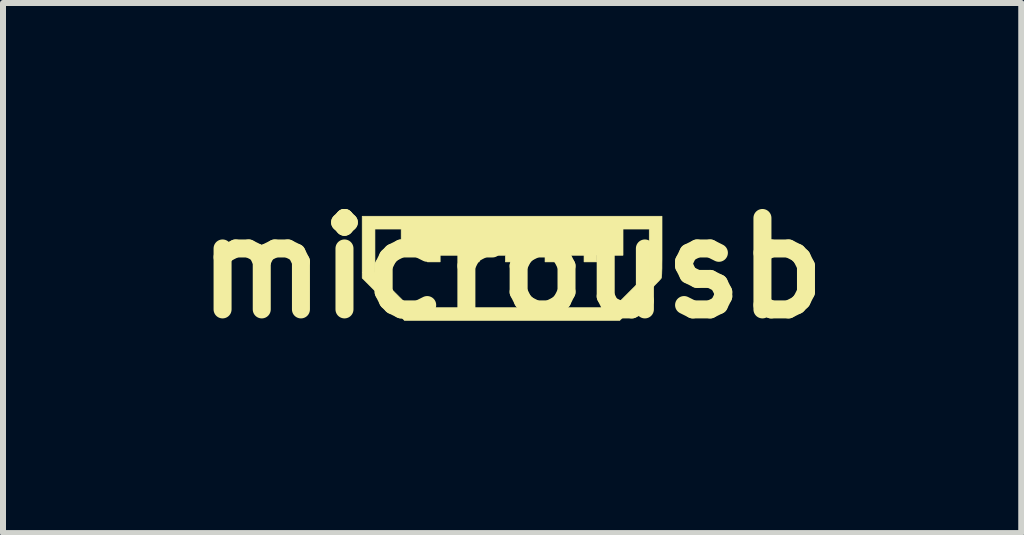
<source format=kicad_pcb>
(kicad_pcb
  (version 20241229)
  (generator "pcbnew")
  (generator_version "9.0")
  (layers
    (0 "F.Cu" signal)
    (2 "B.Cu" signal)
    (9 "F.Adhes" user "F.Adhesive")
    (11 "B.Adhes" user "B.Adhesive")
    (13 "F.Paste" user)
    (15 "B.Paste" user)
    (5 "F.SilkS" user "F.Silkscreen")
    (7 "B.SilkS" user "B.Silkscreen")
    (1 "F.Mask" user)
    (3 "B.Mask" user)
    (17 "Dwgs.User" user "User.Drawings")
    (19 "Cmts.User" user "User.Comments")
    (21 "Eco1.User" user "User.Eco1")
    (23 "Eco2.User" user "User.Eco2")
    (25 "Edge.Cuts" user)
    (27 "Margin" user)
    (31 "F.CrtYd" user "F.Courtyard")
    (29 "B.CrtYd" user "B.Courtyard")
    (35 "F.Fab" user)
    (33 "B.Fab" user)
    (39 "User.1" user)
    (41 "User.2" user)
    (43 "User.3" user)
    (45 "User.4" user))
  (footprint "microusb"
    (layer "F.Cu")
    (at 5.486 1.418)
    (property "Reference" "microusb" (at 0 0 0) (layer "F.SilkS") (effects (font (size 1.524 1.524) (thickness 0.3))))
    (attr through_hole)
    (fp_poly (pts (xy 2.499 -0.36) (xy 2.499 -0.243) (xy 2.499 -0.144) (xy 2.498 -0.062) (xy 2.498 0.005) (xy 2.496 0.058) (xy 2.495 0.098) (xy 2.493 0.128) (xy 2.491 0.15) (xy 2.488 0.164) (xy 2.485 0.171) (xy 2.475 0.183) (xy 2.452 0.209) (xy 2.417 0.245) (xy 2.373 0.291) (xy 2.32 0.346) (xy 2.26 0.406) (xy 2.195 0.472) (xy 2.131 0.536) (xy 1.793 0.874) (xy -1.793 0.874) (xy -2.146 0.521) (xy -2.499 0.167) (xy -2.499 -0.287) (xy -2.286 -0.287) (xy -2.286 0.076) (xy -1.994 0.368) (xy -1.702 0.66) (xy 1.692 0.66) (xy 1.989 0.363) (xy 2.286 0.066) (xy 2.286 -0.292) (xy 2.286 -0.65) (xy 1.849 -0.65) (xy 1.849 -0.213) (xy 1.412 -0.213) (xy 1.412 -0.102) (xy 1.199 -0.102) (xy 1.199 -0.213) (xy 0.762 -0.213) (xy 0.762 -0.102) (xy 0.549 -0.102) (xy 0.549 -0.213) (xy 0.102 -0.213) (xy 0.102 -0.102) (xy -0.112 -0.102) (xy -0.112 -0.213) (xy -0.549 -0.213) (xy -0.549 -0.102) (xy -0.762 -0.102) (xy -0.762 -0.213) (xy -1.199 -0.213) (xy -1.199 -0.102) (xy -1.412 -0.102) (xy -1.412 -0.213) (xy -1.849 -0.213) (xy -1.849 -0.65) (xy -2.286 -0.65) (xy -2.286 -0.287) (xy -2.499 -0.287) (xy -2.499 -0.864) (xy 2.499 -0.864) (xy 2.499 -0.36)) (stroke (width 0.01) (type solid)) (fill yes) (layer "F.SilkS")))
  (gr_rect
    (start -3 -3)
    (end 13.973 5.836)
    (stroke (width 0.1) (type default))
    (fill no)
    (layer "Edge.Cuts")))
</source>
